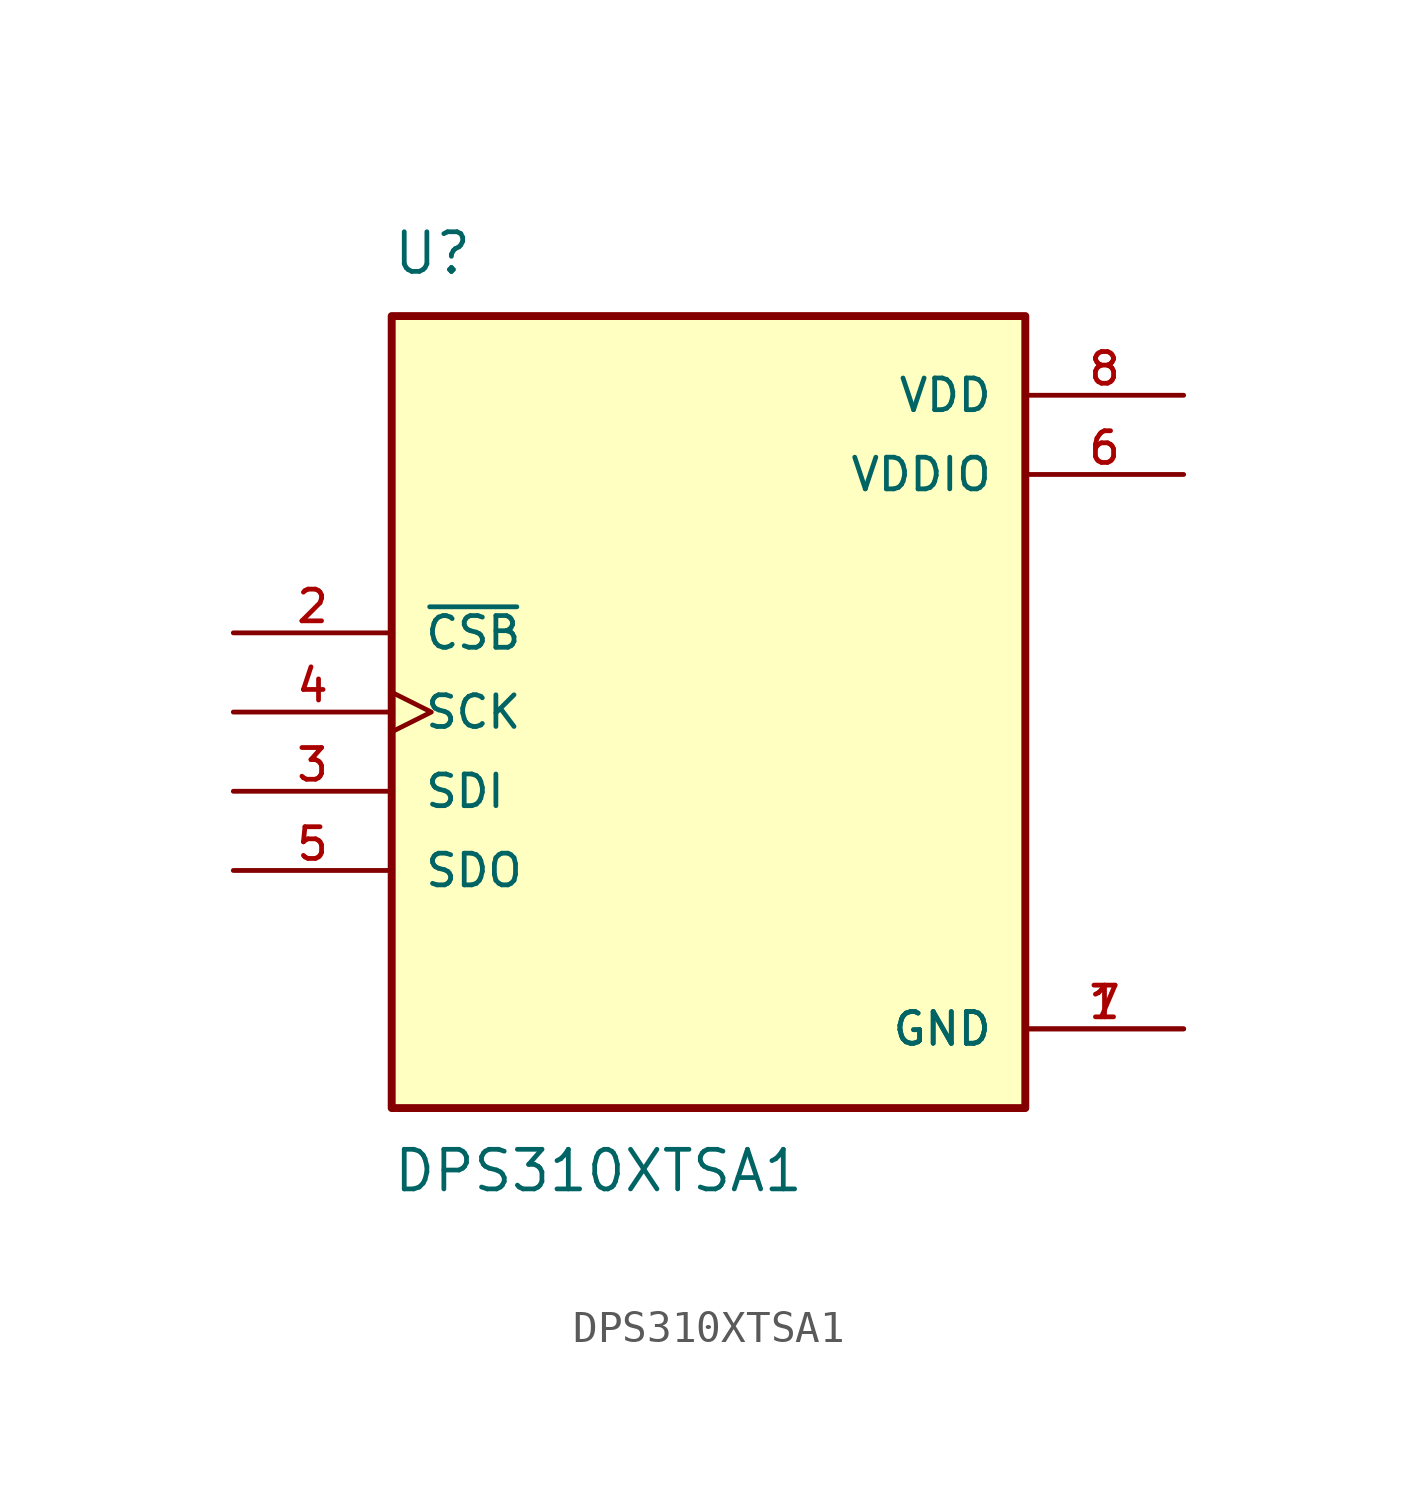
<source format=kicad_sym>
(kicad_symbol_lib
  (version 20211014)
  (generator kicad_symbol_editor)
  (symbol "DPS310XTSA1"
    (pin_names
      (offset 1.016))
    (property "Reference" "U"
      (at -10.16 13.97 0)
      (effects (font (size 1.27 1.27)) (justify bottom left)))
    (property "Value" "DPS310XTSA1"
      (at -10.16 -13.97 0)
      (effects (font (size 1.27 1.27)) (justify top left)))
    (symbol "DPS310XTSA1_0_0"
      (rectangle (start -10.16 -12.7) (end 10.16 12.7) (stroke (width 0.254)) (fill (type background)))
      (pin power_in line (at 15.24 -10.16 180.0) (length 5.08) (name "GND" (effects (font (size 1.016 1.016)))) (number "1" (effects (font (size 1.016 1.016)))))
      (pin power_in line (at 15.24 -10.16 180.0) (length 5.08) (name "GND" (effects (font (size 1.016 1.016)))) (number "7" (effects (font (size 1.016 1.016)))))
      (pin input line (at -15.24 2.54 0) (length 5.08) (name "~{CSB}" (effects (font (size 1.016 1.016)))) (number "2" (effects (font (size 1.016 1.016)))))
      (pin bidirectional line (at -15.24 -2.54 0) (length 5.08) (name "SDI" (effects (font (size 1.016 1.016)))) (number "3" (effects (font (size 1.016 1.016)))))
      (pin input clock (at -15.24 0.0 0) (length 5.08) (name "SCK" (effects (font (size 1.016 1.016)))) (number "4" (effects (font (size 1.016 1.016)))))
      (pin output line (at -15.24 -5.08 0) (length 5.08) (name "SDO" (effects (font (size 1.016 1.016)))) (number "5" (effects (font (size 1.016 1.016)))))
      (pin power_in line (at 15.24 7.62 180.0) (length 5.08) (name "VDDIO" (effects (font (size 1.016 1.016)))) (number "6" (effects (font (size 1.016 1.016)))))
      (pin power_in line (at 15.24 10.16 180.0) (length 5.08) (name "VDD" (effects (font (size 1.016 1.016)))) (number "8" (effects (font (size 1.016 1.016))))))))
</source>
